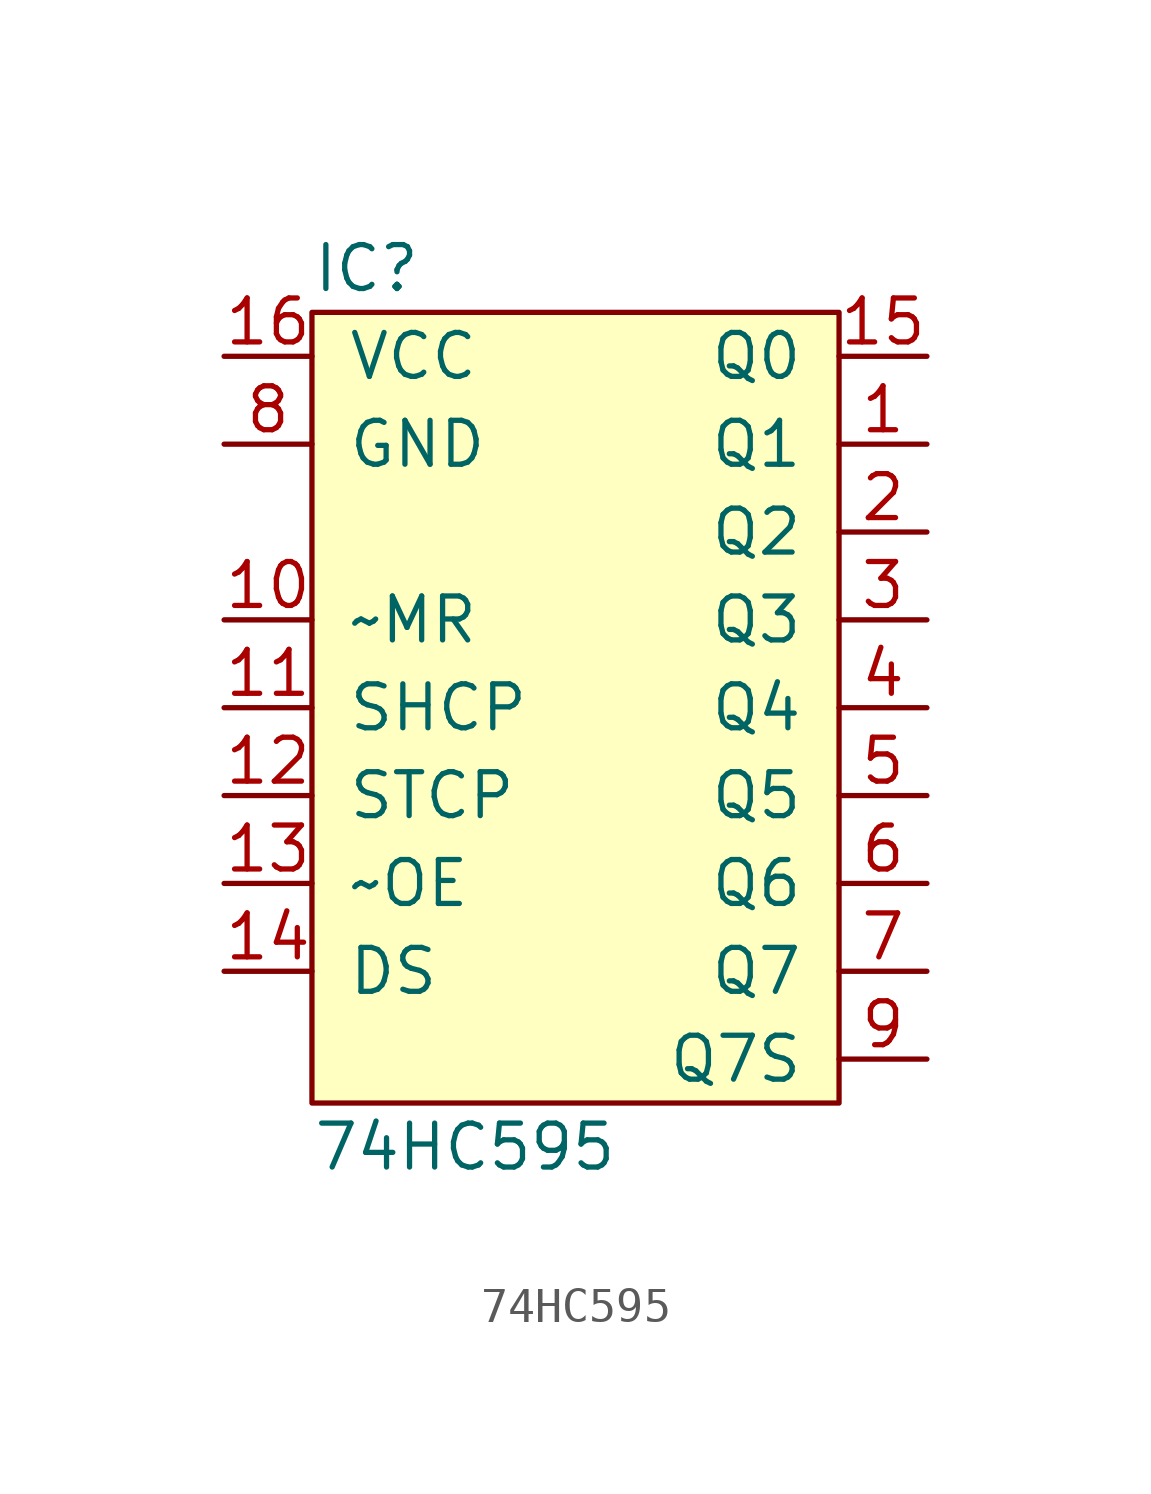
<source format=kicad_sym>
(kicad_symbol_lib
  (version 20211014)
  (generator agg_kicad.build_lib_ic)
  (symbol "74HC595"
    (pin_names
      (offset 1.016))
    (property Reference IC
      (at -7.62 12.7 0)
      (effects (font (size 1.27 1.27)) (justify left)))
    (property Value "74HC595"
      (at -7.62 -12.7 0)
      (effects (font (size 1.27 1.27)) (justify left)))
    (symbol "74HC595_0_0"
      (rectangle (start -7.62 11.43) (end 7.62 -11.43) (stroke (width 0) (type default) (color 0 0 0 0)) (fill (type background)))
      (pin power_in line (at -10.16 10.16 0) (length 2.54) (name VCC (effects (font (size 1.27 1.27)))) (number "16" (effects (font (size 1.27 1.27)))))
      (pin power_in line (at -10.16 7.62 0) (length 2.54) (name GND (effects (font (size 1.27 1.27)))) (number "8" (effects (font (size 1.27 1.27)))))
      (pin input line (at -10.16 2.54 0) (length 2.54) (name "~MR" (effects (font (size 1.27 1.27)))) (number "10" (effects (font (size 1.27 1.27)))))
      (pin input line (at -10.16 0 0) (length 2.54) (name SHCP (effects (font (size 1.27 1.27)))) (number "11" (effects (font (size 1.27 1.27)))))
      (pin input line (at -10.16 -2.54 0) (length 2.54) (name STCP (effects (font (size 1.27 1.27)))) (number "12" (effects (font (size 1.27 1.27)))))
      (pin input line (at -10.16 -5.08 0) (length 2.54) (name "~OE" (effects (font (size 1.27 1.27)))) (number "13" (effects (font (size 1.27 1.27)))))
      (pin input line (at -10.16 -7.62 0) (length 2.54) (name DS (effects (font (size 1.27 1.27)))) (number "14" (effects (font (size 1.27 1.27)))))
      (pin output line (at 10.16 10.16 180) (length 2.54) (name "Q0" (effects (font (size 1.27 1.27)))) (number "15" (effects (font (size 1.27 1.27)))))
      (pin output line (at 10.16 7.62 180) (length 2.54) (name "Q1" (effects (font (size 1.27 1.27)))) (number "1" (effects (font (size 1.27 1.27)))))
      (pin output line (at 10.16 5.08 180) (length 2.54) (name "Q2" (effects (font (size 1.27 1.27)))) (number "2" (effects (font (size 1.27 1.27)))))
      (pin output line (at 10.16 2.54 180) (length 2.54) (name "Q3" (effects (font (size 1.27 1.27)))) (number "3" (effects (font (size 1.27 1.27)))))
      (pin output line (at 10.16 0 180) (length 2.54) (name "Q4" (effects (font (size 1.27 1.27)))) (number "4" (effects (font (size 1.27 1.27)))))
      (pin output line (at 10.16 -2.54 180) (length 2.54) (name "Q5" (effects (font (size 1.27 1.27)))) (number "5" (effects (font (size 1.27 1.27)))))
      (pin output line (at 10.16 -5.08 180) (length 2.54) (name "Q6" (effects (font (size 1.27 1.27)))) (number "6" (effects (font (size 1.27 1.27)))))
      (pin output line (at 10.16 -7.62 180) (length 2.54) (name "Q7" (effects (font (size 1.27 1.27)))) (number "7" (effects (font (size 1.27 1.27)))))
      (pin output line (at 10.16 -10.16 180) (length 2.54) (name "Q7S" (effects (font (size 1.27 1.27)))) (number "9" (effects (font (size 1.27 1.27))))))))
</source>
